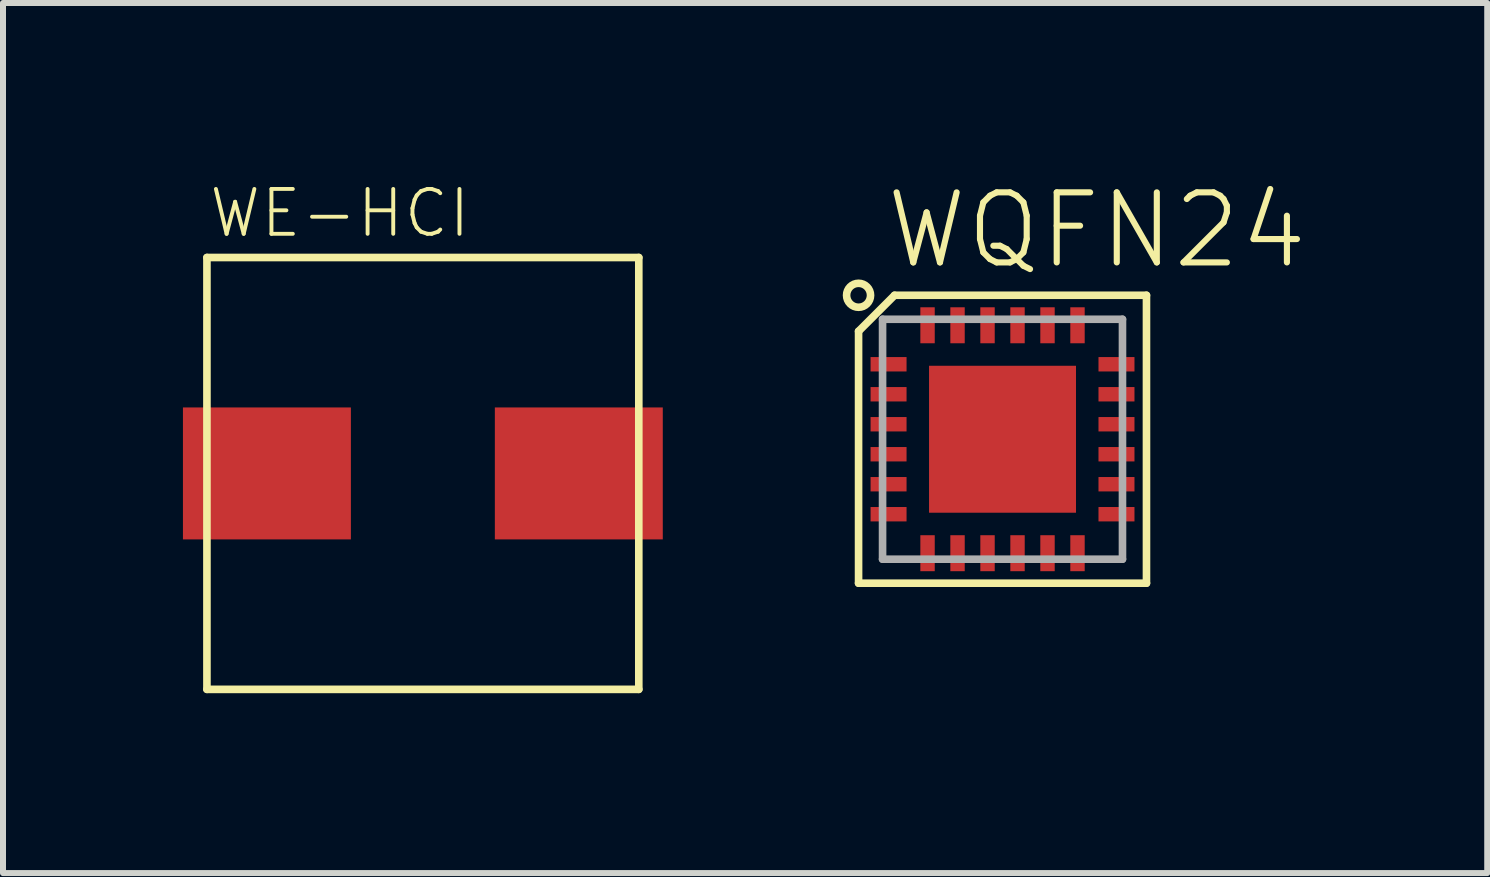
<source format=kicad_pcb>
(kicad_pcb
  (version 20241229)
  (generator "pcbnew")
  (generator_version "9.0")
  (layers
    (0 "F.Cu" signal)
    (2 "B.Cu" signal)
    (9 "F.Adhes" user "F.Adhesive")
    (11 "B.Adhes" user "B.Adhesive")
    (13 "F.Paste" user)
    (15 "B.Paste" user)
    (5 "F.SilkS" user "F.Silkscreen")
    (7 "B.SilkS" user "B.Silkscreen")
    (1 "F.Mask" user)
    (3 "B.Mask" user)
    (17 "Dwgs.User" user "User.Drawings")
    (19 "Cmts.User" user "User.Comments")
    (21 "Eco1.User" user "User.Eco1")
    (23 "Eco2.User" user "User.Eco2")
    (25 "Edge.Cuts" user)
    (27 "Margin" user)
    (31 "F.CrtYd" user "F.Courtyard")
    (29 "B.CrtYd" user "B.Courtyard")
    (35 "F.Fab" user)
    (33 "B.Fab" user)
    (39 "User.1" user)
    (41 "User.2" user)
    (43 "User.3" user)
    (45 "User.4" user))
  (footprint "WQFN24"
    (layer "F.Cu")
    (at 13.664 4.273)
    (property "Reference" "WQFN24" (at -2 -2.8 0) (unlocked yes) (layer "F.SilkS") (effects (font (size 1.168 1.168) (thickness 0.102)) (justify left bottom)))
    (fp_poly (pts (xy -2.3 -1.05) (xy -1.5 -1.05) (xy -1.5 -1.45) (xy -2.3 -1.45)) (stroke (width 0) (type default)) (fill yes) (layer "F.Mask"))
    (fp_poly (pts (xy -2.3 -0.55) (xy -1.5 -0.55) (xy -1.5 -0.95) (xy -2.3 -0.95)) (stroke (width 0) (type default)) (fill yes) (layer "F.Mask"))
    (fp_poly (pts (xy -2.3 -0.05) (xy -1.5 -0.05) (xy -1.5 -0.45) (xy -2.3 -0.45)) (stroke (width 0) (type default)) (fill yes) (layer "F.Mask"))
    (fp_poly (pts (xy -2.3 0.45) (xy -1.5 0.45) (xy -1.5 0.05) (xy -2.3 0.05)) (stroke (width 0) (type default)) (fill yes) (layer "F.Mask"))
    (fp_poly (pts (xy -2.3 0.95) (xy -1.5 0.95) (xy -1.5 0.55) (xy -2.3 0.55)) (stroke (width 0) (type default)) (fill yes) (layer "F.Mask"))
    (fp_poly (pts (xy -2.3 1.45) (xy -1.5 1.45) (xy -1.5 1.05) (xy -2.3 1.05)) (stroke (width 0) (type default)) (fill yes) (layer "F.Mask"))
    (fp_poly (pts (xy -1.3 1.3) (xy 1.3 1.3) (xy 1.3 -1.3) (xy -1.3 -1.3)) (stroke (width 0) (type default)) (fill yes) (layer "F.Mask"))
    (fp_poly (pts (xy -1.05 -1.5) (xy -1.05 -2.3) (xy -1.45 -2.3) (xy -1.45 -1.5)) (stroke (width 0) (type default)) (fill yes) (layer "F.Mask"))
    (fp_poly (pts (xy -1.05 2.3) (xy -1.05 1.5) (xy -1.45 1.5) (xy -1.45 2.3)) (stroke (width 0) (type default)) (fill yes) (layer "F.Mask"))
    (fp_poly (pts (xy -0.55 -1.5) (xy -0.55 -2.3) (xy -0.95 -2.3) (xy -0.95 -1.5)) (stroke (width 0) (type default)) (fill yes) (layer "F.Mask"))
    (fp_poly (pts (xy -0.55 2.3) (xy -0.55 1.5) (xy -0.95 1.5) (xy -0.95 2.3)) (stroke (width 0) (type default)) (fill yes) (layer "F.Mask"))
    (fp_poly (pts (xy -0.05 -1.5) (xy -0.05 -2.3) (xy -0.45 -2.3) (xy -0.45 -1.5)) (stroke (width 0) (type default)) (fill yes) (layer "F.Mask"))
    (fp_poly (pts (xy -0.05 2.3) (xy -0.05 1.5) (xy -0.45 1.5) (xy -0.45 2.3)) (stroke (width 0) (type default)) (fill yes) (layer "F.Mask"))
    (fp_poly (pts (xy 0.45 -1.5) (xy 0.45 -2.3) (xy 0.05 -2.3) (xy 0.05 -1.5)) (stroke (width 0) (type default)) (fill yes) (layer "F.Mask"))
    (fp_poly (pts (xy 0.45 2.3) (xy 0.45 1.5) (xy 0.05 1.5) (xy 0.05 2.3)) (stroke (width 0) (type default)) (fill yes) (layer "F.Mask"))
    (fp_poly (pts (xy 0.95 -1.5) (xy 0.95 -2.3) (xy 0.55 -2.3) (xy 0.55 -1.5)) (stroke (width 0) (type default)) (fill yes) (layer "F.Mask"))
    (fp_poly (pts (xy 0.95 2.3) (xy 0.95 1.5) (xy 0.55 1.5) (xy 0.55 2.3)) (stroke (width 0) (type default)) (fill yes) (layer "F.Mask"))
    (fp_poly (pts (xy 1.45 -1.5) (xy 1.45 -2.3) (xy 1.05 -2.3) (xy 1.05 -1.5)) (stroke (width 0) (type default)) (fill yes) (layer "F.Mask"))
    (fp_poly (pts (xy 1.45 2.3) (xy 1.45 1.5) (xy 1.05 1.5) (xy 1.05 2.3)) (stroke (width 0) (type default)) (fill yes) (layer "F.Mask"))
    (fp_poly (pts (xy 1.5 -1.05) (xy 2.3 -1.05) (xy 2.3 -1.45) (xy 1.5 -1.45)) (stroke (width 0) (type default)) (fill yes) (layer "F.Mask"))
    (fp_poly (pts (xy 1.5 -0.55) (xy 2.3 -0.55) (xy 2.3 -0.95) (xy 1.5 -0.95)) (stroke (width 0) (type default)) (fill yes) (layer "F.Mask"))
    (fp_poly (pts (xy 1.5 -0.05) (xy 2.3 -0.05) (xy 2.3 -0.45) (xy 1.5 -0.45)) (stroke (width 0) (type default)) (fill yes) (layer "F.Mask"))
    (fp_poly (pts (xy 1.5 0.45) (xy 2.3 0.45) (xy 2.3 0.05) (xy 1.5 0.05)) (stroke (width 0) (type default)) (fill yes) (layer "F.Mask"))
    (fp_poly (pts (xy 1.5 0.95) (xy 2.3 0.95) (xy 2.3 0.55) (xy 1.5 0.55)) (stroke (width 0) (type default)) (fill yes) (layer "F.Mask"))
    (fp_poly (pts (xy 1.5 1.45) (xy 2.3 1.45) (xy 2.3 1.05) (xy 1.5 1.05)) (stroke (width 0) (type default)) (fill yes) (layer "F.Mask"))
    (fp_line (start -2.4 -1.8) (end -1.8 -2.4) (stroke (width 0.127) (type solid)) (layer "F.SilkS"))
    (fp_line (start -2.4 2.4) (end -2.4 -1.8) (stroke (width 0.127) (type solid)) (layer "F.SilkS"))
    (fp_line (start -1.8 -2.4) (end 2.4 -2.4) (stroke (width 0.127) (type solid)) (layer "F.SilkS"))
    (fp_line (start 2.4 -2.4) (end 2.4 2.4) (stroke (width 0.127) (type solid)) (layer "F.SilkS"))
    (fp_line (start 2.4 2.4) (end -2.4 2.4) (stroke (width 0.127) (type solid)) (layer "F.SilkS"))
    (fp_circle (center -2.4 -2.4) (end -2.2 -2.4) (stroke (width 0.127) (type solid)) (fill no) (layer "F.SilkS"))
    (fp_poly (pts (xy -1.2 -0.1) (xy -0.1 -0.1) (xy -0.1 -1.2) (xy -1.2 -1.2)) (stroke (width 0) (type default)) (fill yes) (layer "F.Paste"))
    (fp_poly (pts (xy -1.2 1.2) (xy -0.1 1.2) (xy -0.1 0.1) (xy -1.2 0.1)) (stroke (width 0) (type default)) (fill yes) (layer "F.Paste"))
    (fp_poly (pts (xy 0.1 -0.1) (xy 1.2 -0.1) (xy 1.2 -1.2) (xy 0.1 -1.2)) (stroke (width 0) (type default)) (fill yes) (layer "F.Paste"))
    (fp_poly (pts (xy 0.1 1.2) (xy 1.2 1.2) (xy 1.2 0.1) (xy 0.1 0.1)) (stroke (width 0) (type default)) (fill yes) (layer "F.Paste"))
    (fp_line (start -2 -2) (end 2 -2) (stroke (width 0.127) (type solid)) (layer "F.Fab"))
    (fp_line (start -2 2) (end -2 -2) (stroke (width 0.127) (type solid)) (layer "F.Fab"))
    (fp_line (start 2 -2) (end 2 2) (stroke (width 0.127) (type solid)) (layer "F.Fab"))
    (fp_line (start 2 2) (end -2 2) (stroke (width 0.127) (type solid)) (layer "F.Fab"))
    (pad "1" smd rect (at -1.9 -1.25) (size 0.6 0.24) (layers "F.Cu" "F.Paste"))
    (pad "2" smd rect (at -1.9 -0.75) (size 0.6 0.24) (layers "F.Cu" "F.Paste"))
    (pad "3" smd rect (at -1.9 -0.25) (size 0.6 0.24) (layers "F.Cu" "F.Paste"))
    (pad "4" smd rect (at -1.9 0.25) (size 0.6 0.24) (layers "F.Cu" "F.Paste"))
    (pad "5" smd rect (at -1.9 0.75) (size 0.6 0.24) (layers "F.Cu" "F.Paste"))
    (pad "6" smd rect (at -1.9 1.25) (size 0.6 0.24) (layers "F.Cu" "F.Paste"))
    (pad "7" smd rect (at -1.25 1.9 90) (size 0.6 0.24) (layers "F.Cu" "F.Paste"))
    (pad "8" smd rect (at -0.75 1.9 90) (size 0.6 0.24) (layers "F.Cu" "F.Paste"))
    (pad "9" smd rect (at -0.25 1.9 90) (size 0.6 0.24) (layers "F.Cu" "F.Paste"))
    (pad "10" smd rect (at 0.25 1.9 90) (size 0.6 0.24) (layers "F.Cu" "F.Paste"))
    (pad "11" smd rect (at 0.75 1.9 90) (size 0.6 0.24) (layers "F.Cu" "F.Paste"))
    (pad "12" smd rect (at 1.25 1.9 90) (size 0.6 0.24) (layers "F.Cu" "F.Paste"))
    (pad "13" smd rect (at 1.9 1.25) (size 0.6 0.24) (layers "F.Cu" "F.Paste"))
    (pad "14" smd rect (at 1.9 0.75) (size 0.6 0.24) (layers "F.Cu" "F.Paste"))
    (pad "15" smd rect (at 1.9 0.25) (size 0.6 0.24) (layers "F.Cu" "F.Paste"))
    (pad "16" smd rect (at 1.9 -0.25) (size 0.6 0.24) (layers "F.Cu" "F.Paste"))
    (pad "17" smd rect (at 1.9 -0.75) (size 0.6 0.24) (layers "F.Cu" "F.Paste"))
    (pad "18" smd rect (at 1.9 -1.25) (size 0.6 0.24) (layers "F.Cu" "F.Paste"))
    (pad "19" smd rect (at 1.25 -1.9 90) (size 0.6 0.24) (layers "F.Cu" "F.Paste"))
    (pad "20" smd rect (at 0.75 -1.9 90) (size 0.6 0.24) (layers "F.Cu" "F.Paste"))
    (pad "21" smd rect (at 0.25 -1.9 90) (size 0.6 0.24) (layers "F.Cu" "F.Paste"))
    (pad "22" smd rect (at -0.25 -1.9 90) (size 0.6 0.24) (layers "F.Cu" "F.Paste"))
    (pad "23" smd rect (at -0.75 -1.9 90) (size 0.6 0.24) (layers "F.Cu" "F.Paste"))
    (pad "24" smd rect (at -1.25 -1.9 90) (size 0.6 0.24) (layers "F.Cu" "F.Paste"))
    (pad "PAD" smd rect (at 0 0) (size 2.45 2.45) (layers "F.Cu")))
  (footprint "WE-HCI"
    (layer "F.Cu")
    (at 4 4.843)
    (property "Reference" "WE-HCI" (at -3.6 -3.9 0) (unlocked yes) (layer "F.SilkS") (effects (font (size 0.748 0.748) (thickness 0.065)) (justify left bottom)))
    (fp_line (start -3.6 -3.6) (end 3.6 -3.6) (stroke (width 0.127) (type solid)) (layer "F.SilkS"))
    (fp_line (start -3.6 3.6) (end -3.6 -3.6) (stroke (width 0.127) (type solid)) (layer "F.SilkS"))
    (fp_line (start 3.6 -3.6) (end 3.6 3.6) (stroke (width 0.127) (type solid)) (layer "F.SilkS"))
    (fp_line (start 3.6 3.6) (end -3.6 3.6) (stroke (width 0.127) (type solid)) (layer "F.SilkS"))
    (pad "1" smd rect (at -2.6 0) (size 2.8 2.2) (layers "F.Cu" "F.Mask" "F.Paste"))
    (pad "2" smd rect (at 2.6 0) (size 2.8 2.2) (layers "F.Cu" "F.Mask" "F.Paste")))
  (gr_rect
    (start -3 -3)
    (end 21.745 11.506)
    (stroke (width 0.1) (type default))
    (fill no)
    (layer "Edge.Cuts")))
</source>
